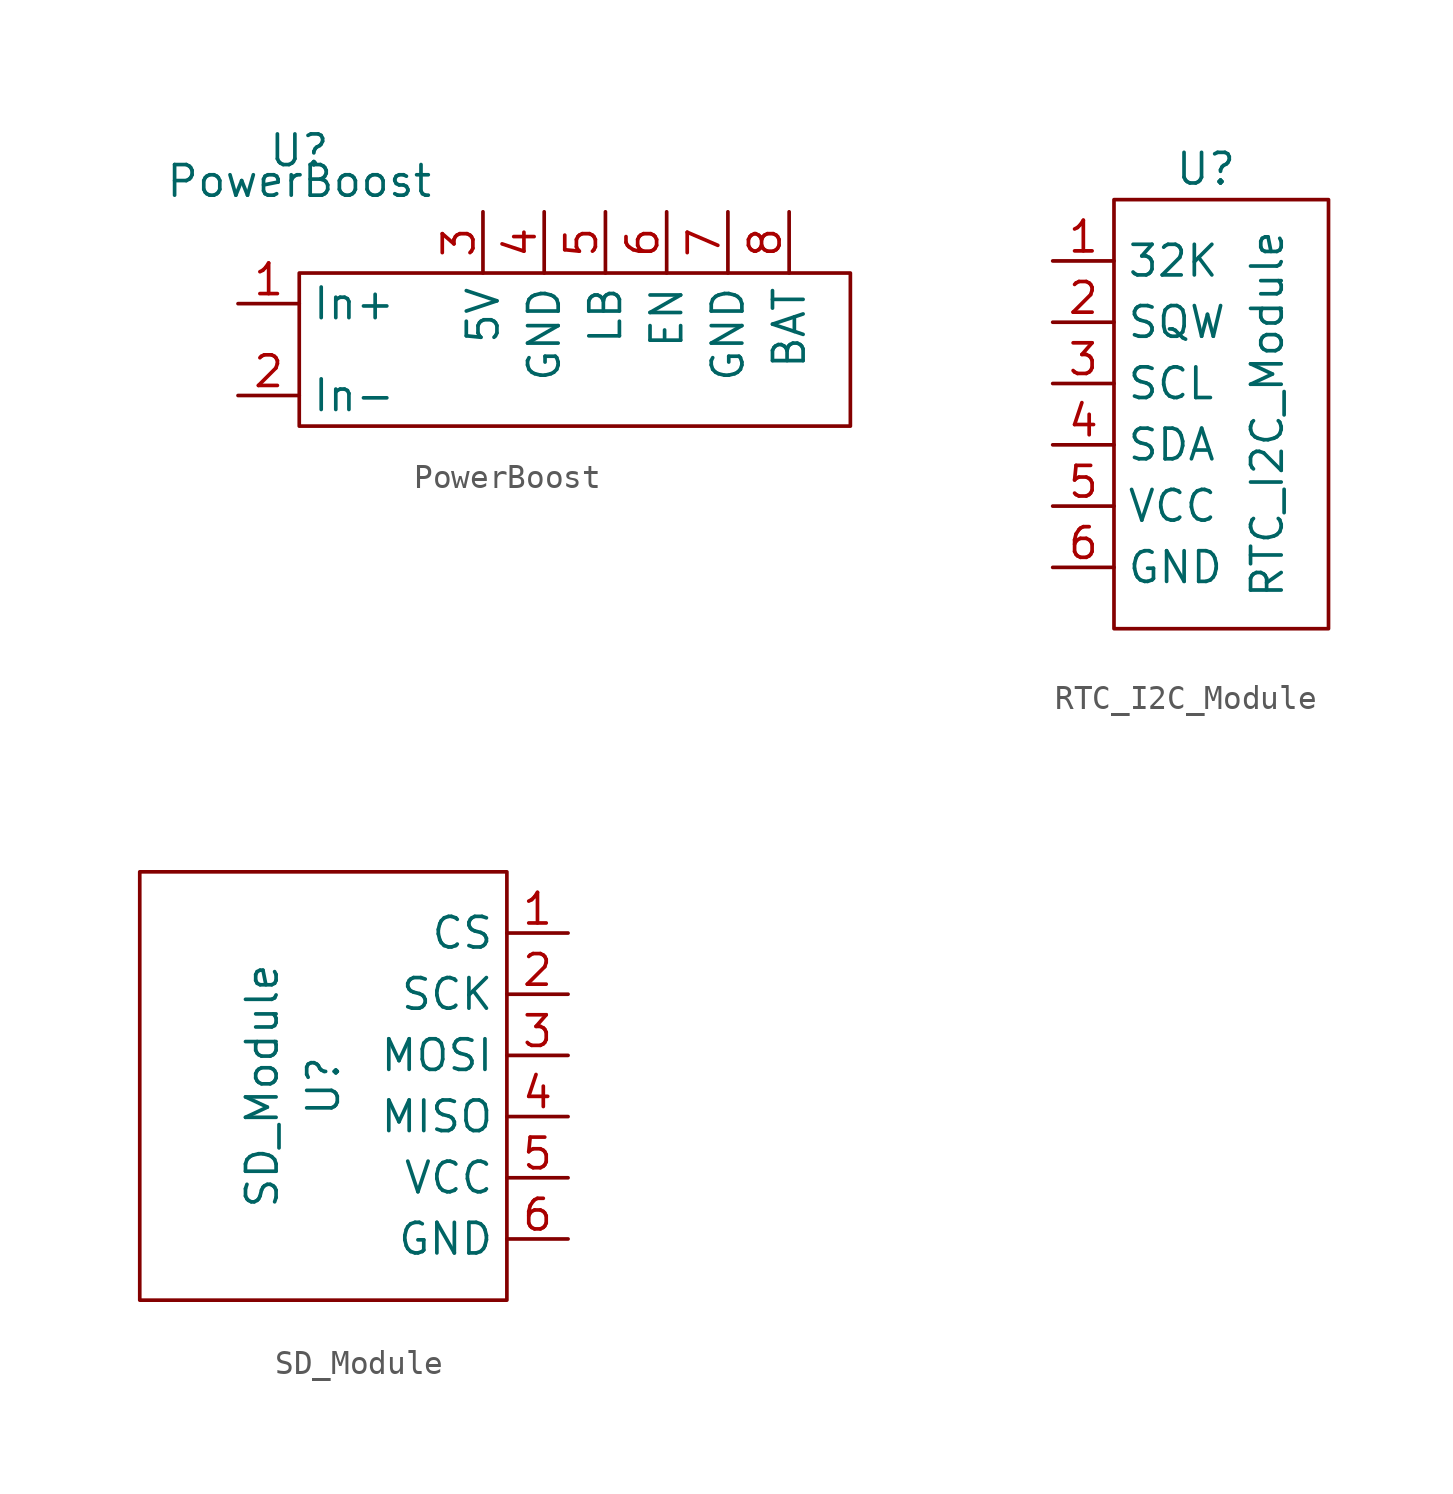
<source format=kicad_sym>
(kicad_symbol_lib
  (version 20211014)
  (generator kicad_symbol_editor)
  (symbol "PowerBoost"
    (property "Reference" "U"
      (at -5.08 1.27 0)
      (effects (font (size 1.27 1.27))))
    (property "Value" "PowerBoost"
      (at -5.08 0 0)
      (effects (font (size 1.27 1.27))))
    (symbol "PowerBoost_0_1"
      (rectangle (start -5.08 -3.81) (end 17.78 -10.16) (stroke (width 0) (type default) (color 0 0 0 0)) (fill (type none))))
    (symbol "PowerBoost_1_1"
      (pin input line (at -7.62 -5.08 0) (length 2.54) (name "In+" (effects (font (size 1.27 1.27)))) (number "1" (effects (font (size 1.27 1.27)))))
      (pin input line (at -7.62 -8.89 0) (length 2.54) (name "In-" (effects (font (size 1.27 1.27)))) (number "2" (effects (font (size 1.27 1.27)))))
      (pin input line (at 2.54 -1.27 270) (length 2.54) (name "5V" (effects (font (size 1.27 1.27)))) (number "3" (effects (font (size 1.27 1.27)))))
      (pin input line (at 5.08 -1.27 270) (length 2.54) (name "GND" (effects (font (size 1.27 1.27)))) (number "4" (effects (font (size 1.27 1.27)))))
      (pin input line (at 7.62 -1.27 270) (length 2.54) (name "LB" (effects (font (size 1.27 1.27)))) (number "5" (effects (font (size 1.27 1.27)))))
      (pin input line (at 10.16 -1.27 270) (length 2.54) (name "EN" (effects (font (size 1.27 1.27)))) (number "6" (effects (font (size 1.27 1.27)))))
      (pin input line (at 12.7 -1.27 270) (length 2.54) (name "GND" (effects (font (size 1.27 1.27)))) (number "7" (effects (font (size 1.27 1.27)))))
      (pin input line (at 15.24 -1.27 270) (length 2.54) (name "BAT" (effects (font (size 1.27 1.27)))) (number "8" (effects (font (size 1.27 1.27)))))))
  (symbol "RTC_I2C_Module"
    (property "Reference" "U"
      (at 7.62 -5.08 0)
      (effects (font (size 1.27 1.27))))
    (property "Value" "RTC_I2C_Module"
      (at 10.16 -15.24 90)
      (effects (font (size 1.27 1.27))))
    (symbol "RTC_I2C_Module_0_1"
      (rectangle (start 3.81 -6.35) (end 12.7 -24.13) (stroke (width 0) (type default) (color 0 0 0 0)) (fill (type none))))
    (symbol "RTC_I2C_Module_1_1"
      (pin input line (at 1.27 -8.89 0) (length 2.54) (name "32K" (effects (font (size 1.27 1.27)))) (number "1" (effects (font (size 1.27 1.27)))))
      (pin input line (at 1.27 -11.43 0) (length 2.54) (name "SQW" (effects (font (size 1.27 1.27)))) (number "2" (effects (font (size 1.27 1.27)))))
      (pin input line (at 1.27 -13.97 0) (length 2.54) (name "SCL" (effects (font (size 1.27 1.27)))) (number "3" (effects (font (size 1.27 1.27)))))
      (pin input line (at 1.27 -16.51 0) (length 2.54) (name "SDA" (effects (font (size 1.27 1.27)))) (number "4" (effects (font (size 1.27 1.27)))))
      (pin input line (at 1.27 -19.05 0) (length 2.54) (name "VCC" (effects (font (size 1.27 1.27)))) (number "5" (effects (font (size 1.27 1.27)))))
      (pin input line (at 1.27 -21.59 0) (length 2.54) (name "GND" (effects (font (size 1.27 1.27)))) (number "6" (effects (font (size 1.27 1.27)))))))
  (symbol "SD_Module"
    (property "Reference" "U"
      (at -5.08 -12.7 90)
      (effects (font (size 1.27 1.27))))
    (property "Value" "SD_Module"
      (at -7.62 -12.7 90)
      (effects (font (size 1.27 1.27))))
    (symbol "SD_Module_0_1"
      (rectangle (start 2.54 -3.81) (end -12.7 -21.59) (stroke (width 0) (type default) (color 0 0 0 0)) (fill (type none))))
    (symbol "SD_Module_1_1"
      (pin input line (at 5.08 -6.35 180) (length 2.54) (name "CS" (effects (font (size 1.27 1.27)))) (number "1" (effects (font (size 1.27 1.27)))))
      (pin input line (at 5.08 -8.89 180) (length 2.54) (name "SCK" (effects (font (size 1.27 1.27)))) (number "2" (effects (font (size 1.27 1.27)))))
      (pin input line (at 5.08 -11.43 180) (length 2.54) (name "MOSI" (effects (font (size 1.27 1.27)))) (number "3" (effects (font (size 1.27 1.27)))))
      (pin input line (at 5.08 -13.97 180) (length 2.54) (name "MISO" (effects (font (size 1.27 1.27)))) (number "4" (effects (font (size 1.27 1.27)))))
      (pin input line (at 5.08 -16.51 180) (length 2.54) (name "VCC" (effects (font (size 1.27 1.27)))) (number "5" (effects (font (size 1.27 1.27)))))
      (pin input line (at 5.08 -19.05 180) (length 2.54) (name "GND" (effects (font (size 1.27 1.27)))) (number "6" (effects (font (size 1.27 1.27))))))))
</source>
